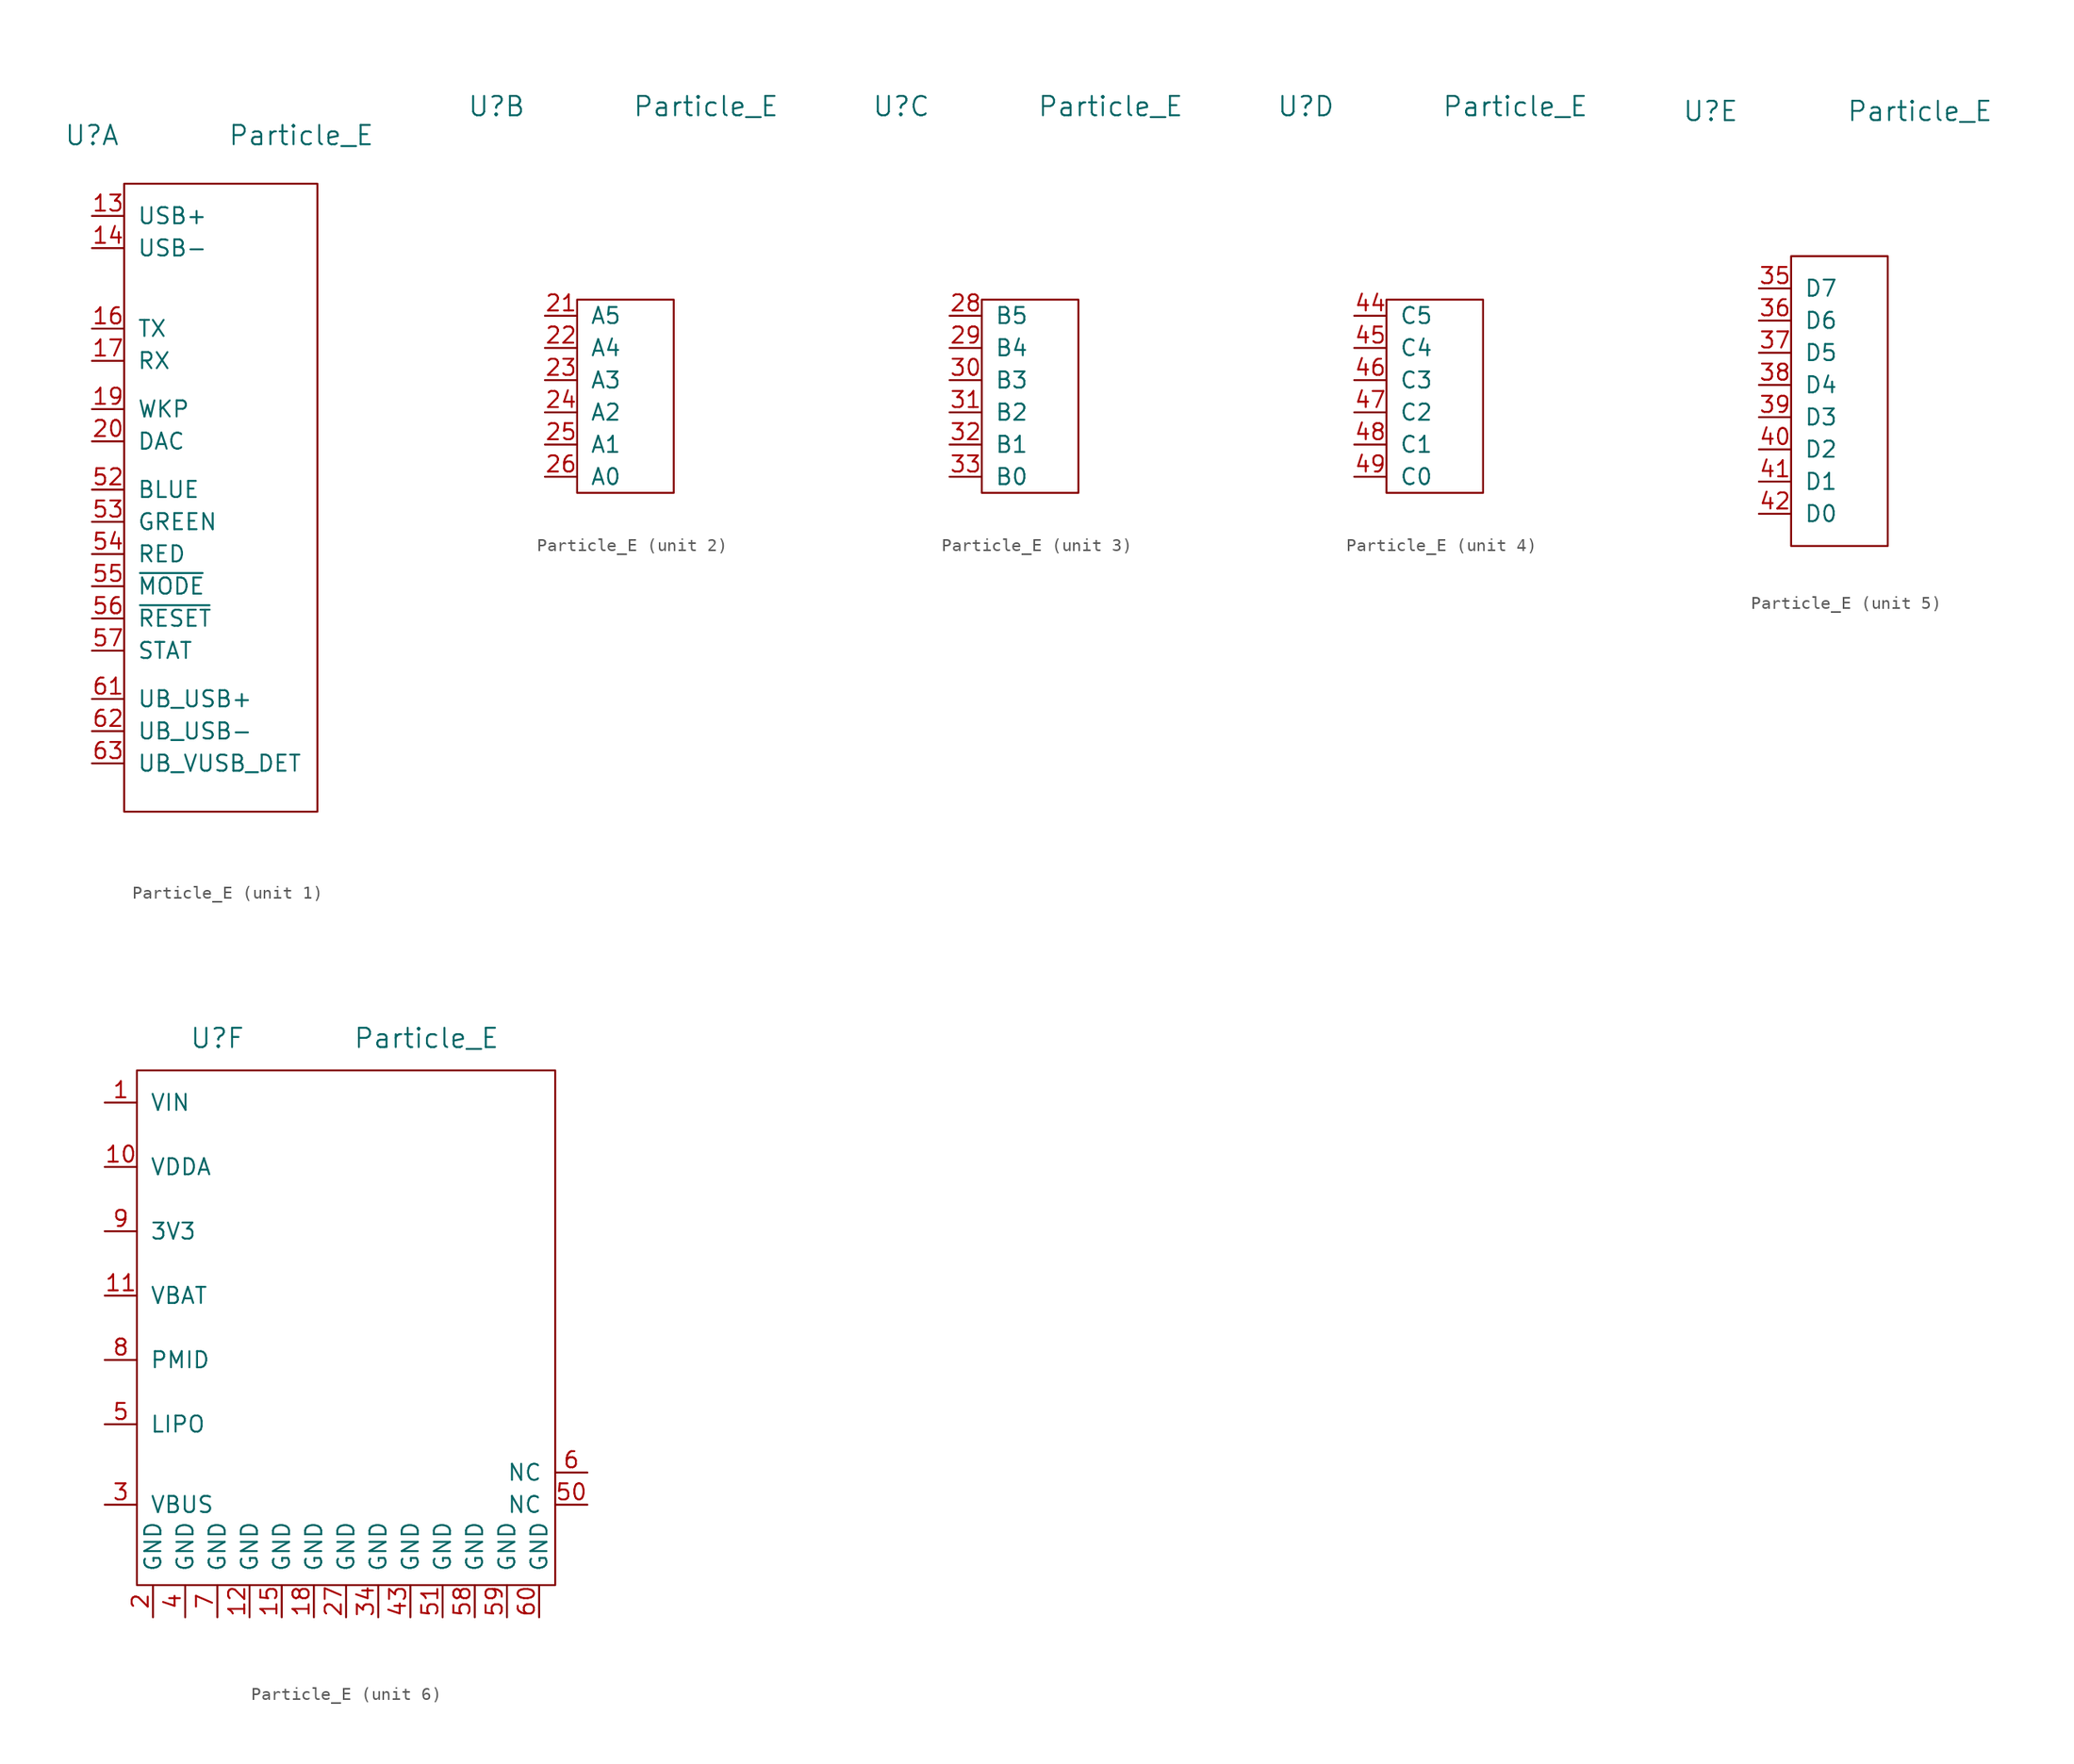
<source format=kicad_sym>
(kicad_symbol_lib
  (version 20211014)
  (generator kicad_symbol_editor)
  (symbol "Particle_E"
    (pin_names
      (offset 1.016))
    (property "Reference" "U"
      (at -10.16 22.86 0)
      (effects (font (size 1.524 1.524))))
    (property "Value" "Particle_E"
      (at 6.35 22.86 0)
      (effects (font (size 1.524 1.524))))
    (symbol "Particle_E_1_1"
      (rectangle (start -7.62 19.05) (end 7.62 -30.48) (stroke (width 0) (type default) (color 0 0 0 0)) (fill (type none)))
      (pin passive line (at -10.16 16.51 0) (length 2.54) (name "USB+" (effects (font (size 1.27 1.27)))) (number "13" (effects (font (size 1.27 1.27)))))
      (pin passive line (at -10.16 13.97 0) (length 2.54) (name "USB-" (effects (font (size 1.27 1.27)))) (number "14" (effects (font (size 1.27 1.27)))))
      (pin passive line (at -10.16 7.62 0) (length 2.54) (name "TX" (effects (font (size 1.27 1.27)))) (number "16" (effects (font (size 1.27 1.27)))))
      (pin passive line (at -10.16 5.08 0) (length 2.54) (name "RX" (effects (font (size 1.27 1.27)))) (number "17" (effects (font (size 1.27 1.27)))))
      (pin passive line (at -10.16 1.27 0) (length 2.54) (name "WKP" (effects (font (size 1.27 1.27)))) (number "19" (effects (font (size 1.27 1.27)))))
      (pin passive line (at -10.16 -1.27 0) (length 2.54) (name "DAC" (effects (font (size 1.27 1.27)))) (number "20" (effects (font (size 1.27 1.27)))))
      (pin passive line (at -10.16 -5.08 0) (length 2.54) (name "BLUE" (effects (font (size 1.27 1.27)))) (number "52" (effects (font (size 1.27 1.27)))))
      (pin passive line (at -10.16 -7.62 0) (length 2.54) (name "GREEN" (effects (font (size 1.27 1.27)))) (number "53" (effects (font (size 1.27 1.27)))))
      (pin passive line (at -10.16 -10.16 0) (length 2.54) (name "RED" (effects (font (size 1.27 1.27)))) (number "54" (effects (font (size 1.27 1.27)))))
      (pin passive line (at -10.16 -12.7 0) (length 2.54) (name "~{MODE}" (effects (font (size 1.27 1.27)))) (number "55" (effects (font (size 1.27 1.27)))))
      (pin passive line (at -10.16 -15.24 0) (length 2.54) (name "~{RESET}" (effects (font (size 1.27 1.27)))) (number "56" (effects (font (size 1.27 1.27)))))
      (pin passive line (at -10.16 -17.78 0) (length 2.54) (name "STAT" (effects (font (size 1.27 1.27)))) (number "57" (effects (font (size 1.27 1.27)))))
      (pin passive line (at -10.16 -21.59 0) (length 2.54) (name "UB_USB+" (effects (font (size 1.27 1.27)))) (number "61" (effects (font (size 1.27 1.27)))))
      (pin passive line (at -10.16 -24.13 0) (length 2.54) (name "UB_USB-" (effects (font (size 1.27 1.27)))) (number "62" (effects (font (size 1.27 1.27)))))
      (pin passive line (at -10.16 -26.67 0) (length 2.54) (name "UB_VUSB_DET" (effects (font (size 1.27 1.27)))) (number "63" (effects (font (size 1.27 1.27))))))
    (symbol "Particle_E_2_1"
      (rectangle (start -3.81 7.62) (end 3.81 -7.62) (stroke (width 0) (type default) (color 0 0 0 0)) (fill (type none)))
      (pin passive line (at -6.35 6.35 0) (length 2.54) (name "A5" (effects (font (size 1.27 1.27)))) (number "21" (effects (font (size 1.27 1.27)))))
      (pin passive line (at -6.35 3.81 0) (length 2.54) (name "A4" (effects (font (size 1.27 1.27)))) (number "22" (effects (font (size 1.27 1.27)))))
      (pin passive line (at -6.35 1.27 0) (length 2.54) (name "A3" (effects (font (size 1.27 1.27)))) (number "23" (effects (font (size 1.27 1.27)))))
      (pin passive line (at -6.35 -1.27 0) (length 2.54) (name "A2" (effects (font (size 1.27 1.27)))) (number "24" (effects (font (size 1.27 1.27)))))
      (pin passive line (at -6.35 -3.81 0) (length 2.54) (name "A1" (effects (font (size 1.27 1.27)))) (number "25" (effects (font (size 1.27 1.27)))))
      (pin passive line (at -6.35 -6.35 0) (length 2.54) (name "A0" (effects (font (size 1.27 1.27)))) (number "26" (effects (font (size 1.27 1.27))))))
    (symbol "Particle_E_3_1"
      (rectangle (start -3.81 7.62) (end 3.81 -7.62) (stroke (width 0) (type default) (color 0 0 0 0)) (fill (type none)))
      (pin passive line (at -6.35 6.35 0) (length 2.54) (name "B5" (effects (font (size 1.27 1.27)))) (number "28" (effects (font (size 1.27 1.27)))))
      (pin passive line (at -6.35 3.81 0) (length 2.54) (name "B4" (effects (font (size 1.27 1.27)))) (number "29" (effects (font (size 1.27 1.27)))))
      (pin passive line (at -6.35 1.27 0) (length 2.54) (name "B3" (effects (font (size 1.27 1.27)))) (number "30" (effects (font (size 1.27 1.27)))))
      (pin passive line (at -6.35 -1.27 0) (length 2.54) (name "B2" (effects (font (size 1.27 1.27)))) (number "31" (effects (font (size 1.27 1.27)))))
      (pin passive line (at -6.35 -3.81 0) (length 2.54) (name "B1" (effects (font (size 1.27 1.27)))) (number "32" (effects (font (size 1.27 1.27)))))
      (pin passive line (at -6.35 -6.35 0) (length 2.54) (name "B0" (effects (font (size 1.27 1.27)))) (number "33" (effects (font (size 1.27 1.27))))))
    (symbol "Particle_E_4_1"
      (rectangle (start -3.81 7.62) (end 3.81 -7.62) (stroke (width 0) (type default) (color 0 0 0 0)) (fill (type none)))
      (pin passive line (at -6.35 6.35 0) (length 2.54) (name "C5" (effects (font (size 1.27 1.27)))) (number "44" (effects (font (size 1.27 1.27)))))
      (pin passive line (at -6.35 3.81 0) (length 2.54) (name "C4" (effects (font (size 1.27 1.27)))) (number "45" (effects (font (size 1.27 1.27)))))
      (pin passive line (at -6.35 1.27 0) (length 2.54) (name "C3" (effects (font (size 1.27 1.27)))) (number "46" (effects (font (size 1.27 1.27)))))
      (pin passive line (at -6.35 -1.27 0) (length 2.54) (name "C2" (effects (font (size 1.27 1.27)))) (number "47" (effects (font (size 1.27 1.27)))))
      (pin passive line (at -6.35 -3.81 0) (length 2.54) (name "C1" (effects (font (size 1.27 1.27)))) (number "48" (effects (font (size 1.27 1.27)))))
      (pin passive line (at -6.35 -6.35 0) (length 2.54) (name "C0" (effects (font (size 1.27 1.27)))) (number "49" (effects (font (size 1.27 1.27))))))
    (symbol "Particle_E_5_1"
      (rectangle (start -3.81 11.43) (end 3.81 -11.43) (stroke (width 0) (type default) (color 0 0 0 0)) (fill (type none)))
      (pin passive line (at -6.35 8.89 0) (length 2.54) (name "D7" (effects (font (size 1.27 1.27)))) (number "35" (effects (font (size 1.27 1.27)))))
      (pin passive line (at -6.35 6.35 0) (length 2.54) (name "D6" (effects (font (size 1.27 1.27)))) (number "36" (effects (font (size 1.27 1.27)))))
      (pin passive line (at -6.35 3.81 0) (length 2.54) (name "D5" (effects (font (size 1.27 1.27)))) (number "37" (effects (font (size 1.27 1.27)))))
      (pin passive line (at -6.35 1.27 0) (length 2.54) (name "D4" (effects (font (size 1.27 1.27)))) (number "38" (effects (font (size 1.27 1.27)))))
      (pin passive line (at -6.35 -1.27 0) (length 2.54) (name "D3" (effects (font (size 1.27 1.27)))) (number "39" (effects (font (size 1.27 1.27)))))
      (pin passive line (at -6.35 -3.81 0) (length 2.54) (name "D2" (effects (font (size 1.27 1.27)))) (number "40" (effects (font (size 1.27 1.27)))))
      (pin passive line (at -6.35 -6.35 0) (length 2.54) (name "D1" (effects (font (size 1.27 1.27)))) (number "41" (effects (font (size 1.27 1.27)))))
      (pin passive line (at -6.35 -8.89 0) (length 2.54) (name "D0" (effects (font (size 1.27 1.27)))) (number "42" (effects (font (size 1.27 1.27))))))
    (symbol "Particle_E_6_1"
      (rectangle (start -16.51 20.32) (end 16.51 -20.32) (stroke (width 0) (type default) (color 0 0 0 0)) (fill (type none)))
      (rectangle (start 12.7 -20.32) (end 12.7 -20.32) (stroke (width 0) (type default) (color 0 0 0 0)) (fill (type none)))
      (pin passive line (at -19.05 17.78 0) (length 2.54) (name "VIN" (effects (font (size 1.27 1.27)))) (number "1" (effects (font (size 1.27 1.27)))))
      (pin passive line (at -19.05 12.7 0) (length 2.54) (name "VDDA" (effects (font (size 1.27 1.27)))) (number "10" (effects (font (size 1.27 1.27)))))
      (pin passive line (at -19.05 2.54 0) (length 2.54) (name "VBAT" (effects (font (size 1.27 1.27)))) (number "11" (effects (font (size 1.27 1.27)))))
      (pin passive line (at -7.62 -22.86 90) (length 2.54) (name "GND" (effects (font (size 1.27 1.27)))) (number "12" (effects (font (size 1.27 1.27)))))
      (pin passive line (at -5.08 -22.86 90) (length 2.54) (name "GND" (effects (font (size 1.27 1.27)))) (number "15" (effects (font (size 1.27 1.27)))))
      (pin passive line (at -2.54 -22.86 90) (length 2.54) (name "GND" (effects (font (size 1.27 1.27)))) (number "18" (effects (font (size 1.27 1.27)))))
      (pin passive line (at -15.24 -22.86 90) (length 2.54) (name "GND" (effects (font (size 1.27 1.27)))) (number "2" (effects (font (size 1.27 1.27)))))
      (pin passive line (at 0 -22.86 90) (length 2.54) (name "GND" (effects (font (size 1.27 1.27)))) (number "27" (effects (font (size 1.27 1.27)))))
      (pin passive line (at -19.05 -13.97 0) (length 2.54) (name "VBUS" (effects (font (size 1.27 1.27)))) (number "3" (effects (font (size 1.27 1.27)))))
      (pin passive line (at 2.54 -22.86 90) (length 2.54) (name "GND" (effects (font (size 1.27 1.27)))) (number "34" (effects (font (size 1.27 1.27)))))
      (pin passive line (at -12.7 -22.86 90) (length 2.54) (name "GND" (effects (font (size 1.27 1.27)))) (number "4" (effects (font (size 1.27 1.27)))))
      (pin passive line (at 5.08 -22.86 90) (length 2.54) (name "GND" (effects (font (size 1.27 1.27)))) (number "43" (effects (font (size 1.27 1.27)))))
      (pin passive line (at -19.05 -7.62 0) (length 2.54) (name "LIPO" (effects (font (size 1.27 1.27)))) (number "5" (effects (font (size 1.27 1.27)))))
      (pin passive line (at 19.05 -13.97 180) (length 2.54) (name "NC" (effects (font (size 1.27 1.27)))) (number "50" (effects (font (size 1.27 1.27)))))
      (pin passive line (at 7.62 -22.86 90) (length 2.54) (name "GND" (effects (font (size 1.27 1.27)))) (number "51" (effects (font (size 1.27 1.27)))))
      (pin passive line (at 10.16 -22.86 90) (length 2.54) (name "GND" (effects (font (size 1.27 1.27)))) (number "58" (effects (font (size 1.27 1.27)))))
      (pin passive line (at 12.7 -22.86 90) (length 2.54) (name "GND" (effects (font (size 1.27 1.27)))) (number "59" (effects (font (size 1.27 1.27)))))
      (pin passive line (at 19.05 -11.43 180) (length 2.54) (name "NC" (effects (font (size 1.27 1.27)))) (number "6" (effects (font (size 1.27 1.27)))))
      (pin passive line (at 15.24 -22.86 90) (length 2.54) (name "GND" (effects (font (size 1.27 1.27)))) (number "60" (effects (font (size 1.27 1.27)))))
      (pin passive line (at -10.16 -22.86 90) (length 2.54) (name "GND" (effects (font (size 1.27 1.27)))) (number "7" (effects (font (size 1.27 1.27)))))
      (pin passive line (at -19.05 -2.54 0) (length 2.54) (name "PMID" (effects (font (size 1.27 1.27)))) (number "8" (effects (font (size 1.27 1.27)))))
      (pin passive line (at -19.05 7.62 0) (length 2.54) (name "3V3" (effects (font (size 1.27 1.27)))) (number "9" (effects (font (size 1.27 1.27))))))))
</source>
